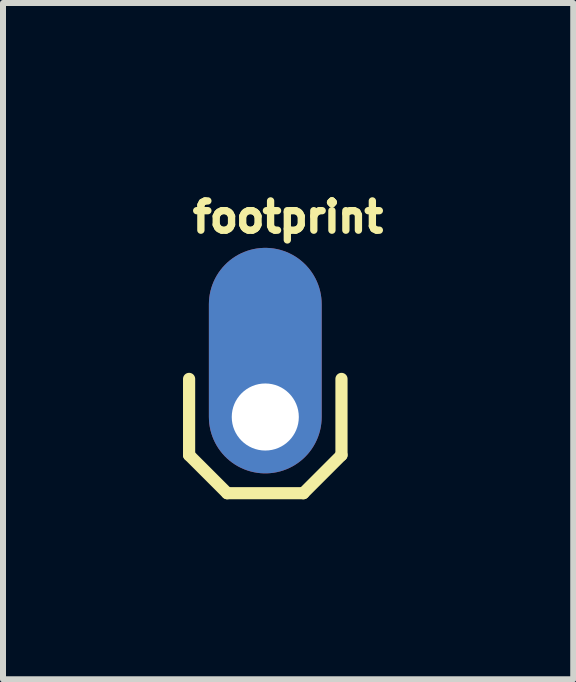
<source format=kicad_pcb>
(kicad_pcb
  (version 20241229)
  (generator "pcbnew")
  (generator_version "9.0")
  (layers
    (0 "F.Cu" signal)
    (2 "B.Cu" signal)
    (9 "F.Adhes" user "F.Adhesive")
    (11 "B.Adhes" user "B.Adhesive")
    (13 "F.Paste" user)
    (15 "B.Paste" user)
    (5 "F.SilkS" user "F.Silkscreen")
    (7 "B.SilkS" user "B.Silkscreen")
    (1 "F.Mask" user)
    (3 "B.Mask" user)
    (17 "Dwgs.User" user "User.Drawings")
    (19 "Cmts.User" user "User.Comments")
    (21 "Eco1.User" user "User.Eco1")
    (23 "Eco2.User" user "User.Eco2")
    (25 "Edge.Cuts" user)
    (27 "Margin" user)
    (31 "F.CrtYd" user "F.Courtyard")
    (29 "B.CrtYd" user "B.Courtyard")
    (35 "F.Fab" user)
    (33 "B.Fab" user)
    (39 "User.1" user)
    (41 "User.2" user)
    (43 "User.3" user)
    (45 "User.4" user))
  (footprint "footprint"
    (layer "F.Cu")
    (at 1.372 3.901)
    (property "Reference" "footprint" (at -1.27 -3.048 0) (layer "F.SilkS") (effects (font (size 0.488 0.488) (thickness 0.122)) (justify left bottom)))
    (fp_line (start -1.27 -0.635) (end -1.27 0.635) (stroke (width 0.203) (type solid)) (layer "F.SilkS"))
    (fp_line (start -1.27 0.635) (end -0.635 1.27) (stroke (width 0.203) (type solid)) (layer "F.SilkS"))
    (fp_line (start -0.635 1.27) (end 0.635 1.27) (stroke (width 0.203) (type solid)) (layer "F.SilkS"))
    (fp_line (start 0.635 1.27) (end 1.27 0.635) (stroke (width 0.203) (type solid)) (layer "F.SilkS"))
    (fp_line (start 1.27 0.635) (end 1.27 -0.635) (stroke (width 0.203) (type solid)) (layer "F.SilkS"))
    (fp_poly (pts (xy -0.254 0.254) (xy 0.254 0.254) (xy 0.254 -0.254) (xy -0.254 -0.254)) (stroke (width 0.1) (type solid)) (fill no) (layer "F.Fab"))
    (pad "1" thru_hole oval (at 0 0 90) (size 3.759 1.88) (drill 1.118 (offset 0.94 0)) (layers "*.Cu" "*.Mask")))
  (gr_rect
    (start -3 -3)
    (end 6.505 8.273)
    (stroke (width 0.1) (type default))
    (fill no)
    (layer "Edge.Cuts")))
</source>
